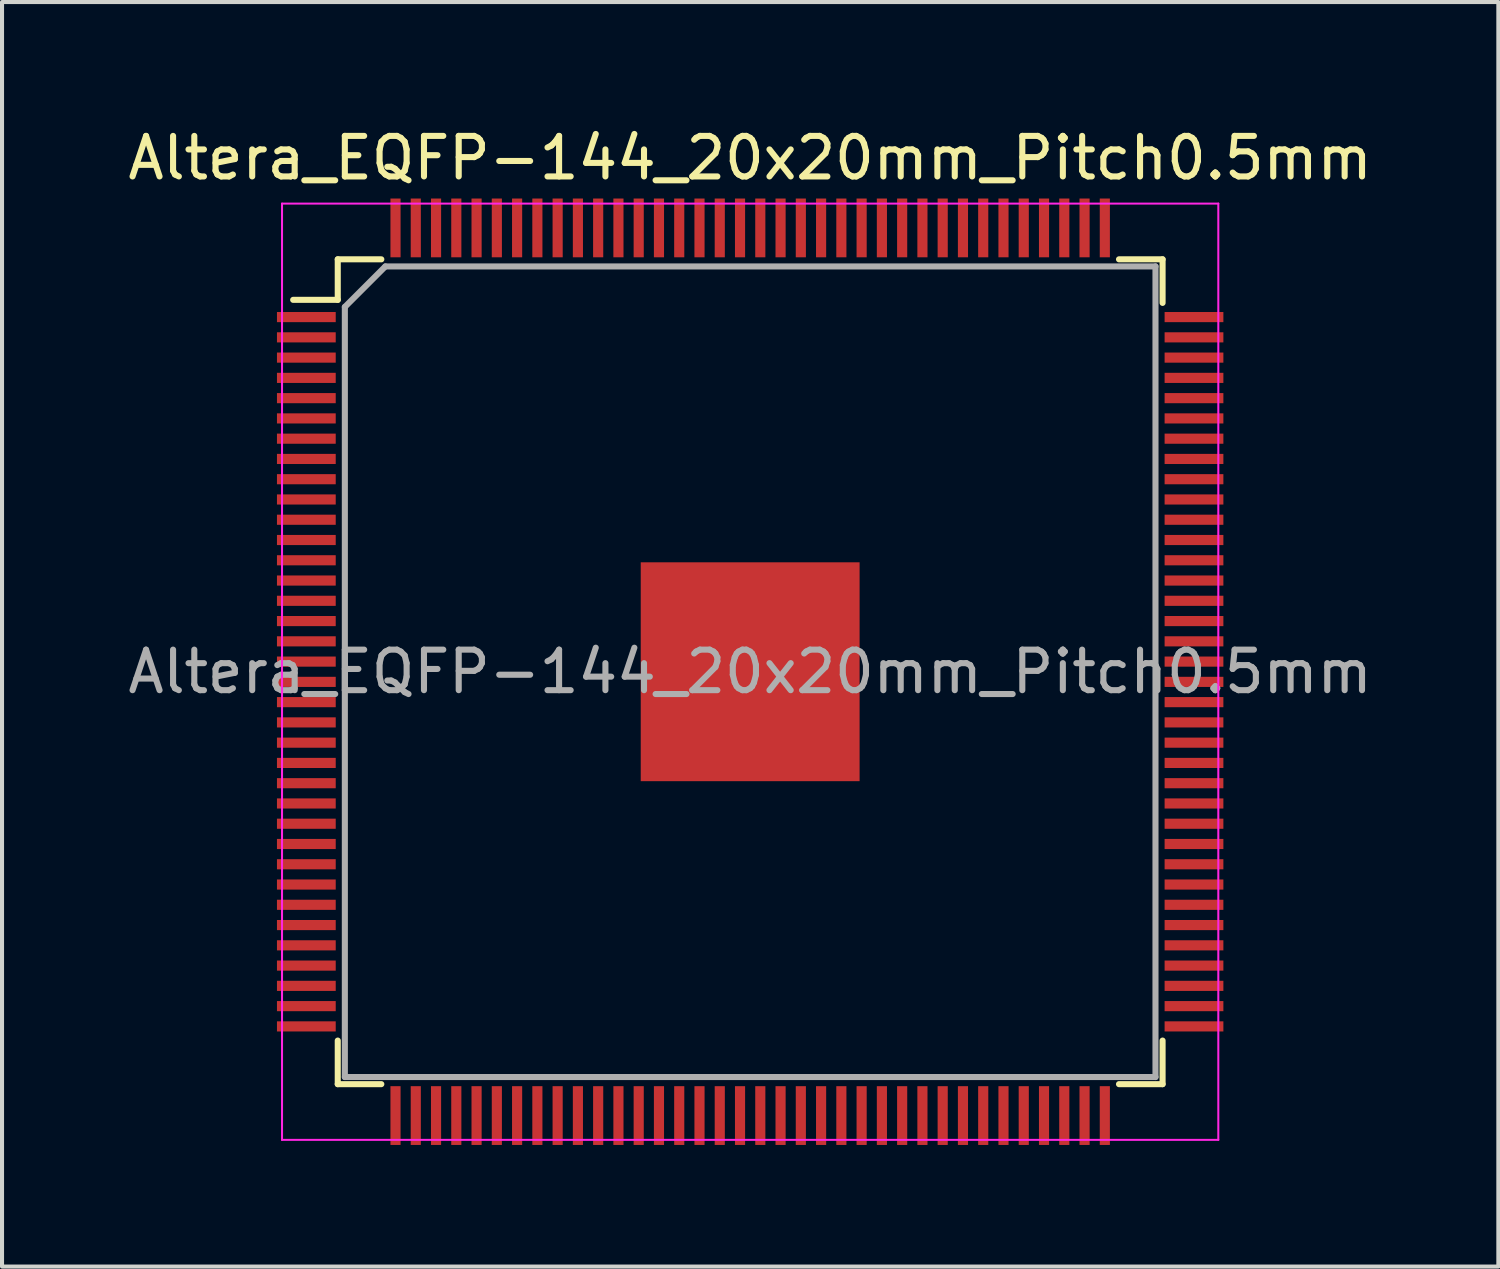
<source format=kicad_pcb>
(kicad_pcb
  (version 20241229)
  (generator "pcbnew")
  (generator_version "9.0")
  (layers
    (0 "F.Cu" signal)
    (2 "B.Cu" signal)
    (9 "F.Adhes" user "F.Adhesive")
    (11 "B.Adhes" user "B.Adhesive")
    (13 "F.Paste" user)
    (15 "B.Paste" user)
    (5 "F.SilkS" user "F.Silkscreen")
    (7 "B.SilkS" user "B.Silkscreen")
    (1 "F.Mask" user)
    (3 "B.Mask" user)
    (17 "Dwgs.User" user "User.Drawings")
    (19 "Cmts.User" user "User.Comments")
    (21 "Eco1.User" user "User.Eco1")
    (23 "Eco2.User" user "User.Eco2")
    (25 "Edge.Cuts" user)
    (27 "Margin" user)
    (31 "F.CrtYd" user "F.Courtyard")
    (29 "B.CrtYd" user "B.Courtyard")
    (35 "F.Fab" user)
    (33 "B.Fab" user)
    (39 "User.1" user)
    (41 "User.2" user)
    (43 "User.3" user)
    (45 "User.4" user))
  (footprint "Altera_EQFP-144_20x20mm_Pitch0.5mm"
    (layer "F.Cu")
    (at 15.458 13.523)
    (property "Reference" "Altera_EQFP-144_20x20mm_Pitch0.5mm" (at 0 -12.675 0) (layer "F.SilkS") (effects (font (size 1 1) (thickness 0.15))))
    (attr smd)
    (fp_line (start -10.175 -10.175) (end -10.175 -9.175) (stroke (width 0.15) (type solid)) (layer "F.SilkS"))
    (fp_line (start -10.175 -10.175) (end -9.1 -10.175) (stroke (width 0.15) (type solid)) (layer "F.SilkS"))
    (fp_line (start -10.175 -9.175) (end -11.275 -9.175) (stroke (width 0.15) (type solid)) (layer "F.SilkS"))
    (fp_line (start -10.175 10.175) (end -10.175 9.1) (stroke (width 0.15) (type solid)) (layer "F.SilkS"))
    (fp_line (start -10.175 10.175) (end -9.1 10.175) (stroke (width 0.15) (type solid)) (layer "F.SilkS"))
    (fp_line (start 10.175 -10.175) (end 9.1 -10.175) (stroke (width 0.15) (type solid)) (layer "F.SilkS"))
    (fp_line (start 10.175 -10.175) (end 10.175 -9.1) (stroke (width 0.15) (type solid)) (layer "F.SilkS"))
    (fp_line (start 10.175 10.175) (end 9.1 10.175) (stroke (width 0.15) (type solid)) (layer "F.SilkS"))
    (fp_line (start 10.175 10.175) (end 10.175 9.1) (stroke (width 0.15) (type solid)) (layer "F.SilkS"))
    (fp_line (start -11.55 -11.55) (end -11.55 11.55) (stroke (width 0.05) (type solid)) (layer "F.CrtYd"))
    (fp_line (start -11.55 -11.55) (end 11.55 -11.55) (stroke (width 0.05) (type solid)) (layer "F.CrtYd"))
    (fp_line (start -11.55 11.55) (end 11.55 11.55) (stroke (width 0.05) (type solid)) (layer "F.CrtYd"))
    (fp_line (start 11.55 -11.55) (end 11.55 11.55) (stroke (width 0.05) (type solid)) (layer "F.CrtYd"))
    (fp_line (start -10 -9) (end -9 -10) (stroke (width 0.15) (type solid)) (layer "F.Fab"))
    (fp_line (start -10 10) (end -10 -9) (stroke (width 0.15) (type solid)) (layer "F.Fab"))
    (fp_line (start -9 -10) (end 10 -10) (stroke (width 0.15) (type solid)) (layer "F.Fab"))
    (fp_line (start 10 -10) (end 10 10) (stroke (width 0.15) (type solid)) (layer "F.Fab"))
    (fp_line (start 10 10) (end -10 10) (stroke (width 0.15) (type solid)) (layer "F.Fab"))
    (fp_text user "${REFERENCE}" (at 0 0 0) (layer "F.Fab") (effects (font (size 1 1) (thickness 0.15))))
    (pad "1" smd rect (at -10.95 -8.75) (size 1.45 0.25) (layers "F.Cu" "F.Mask" "F.Paste"))
    (pad "2" smd rect (at -10.95 -8.25) (size 1.45 0.25) (layers "F.Cu" "F.Mask" "F.Paste"))
    (pad "3" smd rect (at -10.95 -7.75) (size 1.45 0.25) (layers "F.Cu" "F.Mask" "F.Paste"))
    (pad "4" smd rect (at -10.95 -7.25) (size 1.45 0.25) (layers "F.Cu" "F.Mask" "F.Paste"))
    (pad "5" smd rect (at -10.95 -6.75) (size 1.45 0.25) (layers "F.Cu" "F.Mask" "F.Paste"))
    (pad "6" smd rect (at -10.95 -6.25) (size 1.45 0.25) (layers "F.Cu" "F.Mask" "F.Paste"))
    (pad "7" smd rect (at -10.95 -5.75) (size 1.45 0.25) (layers "F.Cu" "F.Mask" "F.Paste"))
    (pad "8" smd rect (at -10.95 -5.25) (size 1.45 0.25) (layers "F.Cu" "F.Mask" "F.Paste"))
    (pad "9" smd rect (at -10.95 -4.75) (size 1.45 0.25) (layers "F.Cu" "F.Mask" "F.Paste"))
    (pad "10" smd rect (at -10.95 -4.25) (size 1.45 0.25) (layers "F.Cu" "F.Mask" "F.Paste"))
    (pad "11" smd rect (at -10.95 -3.75) (size 1.45 0.25) (layers "F.Cu" "F.Mask" "F.Paste"))
    (pad "12" smd rect (at -10.95 -3.25) (size 1.45 0.25) (layers "F.Cu" "F.Mask" "F.Paste"))
    (pad "13" smd rect (at -10.95 -2.75) (size 1.45 0.25) (layers "F.Cu" "F.Mask" "F.Paste"))
    (pad "14" smd rect (at -10.95 -2.25) (size 1.45 0.25) (layers "F.Cu" "F.Mask" "F.Paste"))
    (pad "15" smd rect (at -10.95 -1.75) (size 1.45 0.25) (layers "F.Cu" "F.Mask" "F.Paste"))
    (pad "16" smd rect (at -10.95 -1.25) (size 1.45 0.25) (layers "F.Cu" "F.Mask" "F.Paste"))
    (pad "17" smd rect (at -10.95 -0.75) (size 1.45 0.25) (layers "F.Cu" "F.Mask" "F.Paste"))
    (pad "18" smd rect (at -10.95 -0.25) (size 1.45 0.25) (layers "F.Cu" "F.Mask" "F.Paste"))
    (pad "19" smd rect (at -10.95 0.25) (size 1.45 0.25) (layers "F.Cu" "F.Mask" "F.Paste"))
    (pad "20" smd rect (at -10.95 0.75) (size 1.45 0.25) (layers "F.Cu" "F.Mask" "F.Paste"))
    (pad "21" smd rect (at -10.95 1.25) (size 1.45 0.25) (layers "F.Cu" "F.Mask" "F.Paste"))
    (pad "22" smd rect (at -10.95 1.75) (size 1.45 0.25) (layers "F.Cu" "F.Mask" "F.Paste"))
    (pad "23" smd rect (at -10.95 2.25) (size 1.45 0.25) (layers "F.Cu" "F.Mask" "F.Paste"))
    (pad "24" smd rect (at -10.95 2.75) (size 1.45 0.25) (layers "F.Cu" "F.Mask" "F.Paste"))
    (pad "25" smd rect (at -10.95 3.25) (size 1.45 0.25) (layers "F.Cu" "F.Mask" "F.Paste"))
    (pad "26" smd rect (at -10.95 3.75) (size 1.45 0.25) (layers "F.Cu" "F.Mask" "F.Paste"))
    (pad "27" smd rect (at -10.95 4.25) (size 1.45 0.25) (layers "F.Cu" "F.Mask" "F.Paste"))
    (pad "28" smd rect (at -10.95 4.75) (size 1.45 0.25) (layers "F.Cu" "F.Mask" "F.Paste"))
    (pad "29" smd rect (at -10.95 5.25) (size 1.45 0.25) (layers "F.Cu" "F.Mask" "F.Paste"))
    (pad "30" smd rect (at -10.95 5.75) (size 1.45 0.25) (layers "F.Cu" "F.Mask" "F.Paste"))
    (pad "31" smd rect (at -10.95 6.25) (size 1.45 0.25) (layers "F.Cu" "F.Mask" "F.Paste"))
    (pad "32" smd rect (at -10.95 6.75) (size 1.45 0.25) (layers "F.Cu" "F.Mask" "F.Paste"))
    (pad "33" smd rect (at -10.95 7.25) (size 1.45 0.25) (layers "F.Cu" "F.Mask" "F.Paste"))
    (pad "34" smd rect (at -10.95 7.75) (size 1.45 0.25) (layers "F.Cu" "F.Mask" "F.Paste"))
    (pad "35" smd rect (at -10.95 8.25) (size 1.45 0.25) (layers "F.Cu" "F.Mask" "F.Paste"))
    (pad "36" smd rect (at -10.95 8.75) (size 1.45 0.25) (layers "F.Cu" "F.Mask" "F.Paste"))
    (pad "37" smd rect (at -8.75 10.95 90) (size 1.45 0.25) (layers "F.Cu" "F.Mask" "F.Paste"))
    (pad "38" smd rect (at -8.25 10.95 90) (size 1.45 0.25) (layers "F.Cu" "F.Mask" "F.Paste"))
    (pad "39" smd rect (at -7.75 10.95 90) (size 1.45 0.25) (layers "F.Cu" "F.Mask" "F.Paste"))
    (pad "40" smd rect (at -7.25 10.95 90) (size 1.45 0.25) (layers "F.Cu" "F.Mask" "F.Paste"))
    (pad "41" smd rect (at -6.75 10.95 90) (size 1.45 0.25) (layers "F.Cu" "F.Mask" "F.Paste"))
    (pad "42" smd rect (at -6.25 10.95 90) (size 1.45 0.25) (layers "F.Cu" "F.Mask" "F.Paste"))
    (pad "43" smd rect (at -5.75 10.95 90) (size 1.45 0.25) (layers "F.Cu" "F.Mask" "F.Paste"))
    (pad "44" smd rect (at -5.25 10.95 90) (size 1.45 0.25) (layers "F.Cu" "F.Mask" "F.Paste"))
    (pad "45" smd rect (at -4.75 10.95 90) (size 1.45 0.25) (layers "F.Cu" "F.Mask" "F.Paste"))
    (pad "46" smd rect (at -4.25 10.95 90) (size 1.45 0.25) (layers "F.Cu" "F.Mask" "F.Paste"))
    (pad "47" smd rect (at -3.75 10.95 90) (size 1.45 0.25) (layers "F.Cu" "F.Mask" "F.Paste"))
    (pad "48" smd rect (at -3.25 10.95 90) (size 1.45 0.25) (layers "F.Cu" "F.Mask" "F.Paste"))
    (pad "49" smd rect (at -2.75 10.95 90) (size 1.45 0.25) (layers "F.Cu" "F.Mask" "F.Paste"))
    (pad "50" smd rect (at -2.25 10.95 90) (size 1.45 0.25) (layers "F.Cu" "F.Mask" "F.Paste"))
    (pad "51" smd rect (at -1.75 10.95 90) (size 1.45 0.25) (layers "F.Cu" "F.Mask" "F.Paste"))
    (pad "52" smd rect (at -1.25 10.95 90) (size 1.45 0.25) (layers "F.Cu" "F.Mask" "F.Paste"))
    (pad "53" smd rect (at -0.75 10.95 90) (size 1.45 0.25) (layers "F.Cu" "F.Mask" "F.Paste"))
    (pad "54" smd rect (at -0.25 10.95 90) (size 1.45 0.25) (layers "F.Cu" "F.Mask" "F.Paste"))
    (pad "55" smd rect (at 0.25 10.95 90) (size 1.45 0.25) (layers "F.Cu" "F.Mask" "F.Paste"))
    (pad "56" smd rect (at 0.75 10.95 90) (size 1.45 0.25) (layers "F.Cu" "F.Mask" "F.Paste"))
    (pad "57" smd rect (at 1.25 10.95 90) (size 1.45 0.25) (layers "F.Cu" "F.Mask" "F.Paste"))
    (pad "58" smd rect (at 1.75 10.95 90) (size 1.45 0.25) (layers "F.Cu" "F.Mask" "F.Paste"))
    (pad "59" smd rect (at 2.25 10.95 90) (size 1.45 0.25) (layers "F.Cu" "F.Mask" "F.Paste"))
    (pad "60" smd rect (at 2.75 10.95 90) (size 1.45 0.25) (layers "F.Cu" "F.Mask" "F.Paste"))
    (pad "61" smd rect (at 3.25 10.95 90) (size 1.45 0.25) (layers "F.Cu" "F.Mask" "F.Paste"))
    (pad "62" smd rect (at 3.75 10.95 90) (size 1.45 0.25) (layers "F.Cu" "F.Mask" "F.Paste"))
    (pad "63" smd rect (at 4.25 10.95 90) (size 1.45 0.25) (layers "F.Cu" "F.Mask" "F.Paste"))
    (pad "64" smd rect (at 4.75 10.95 90) (size 1.45 0.25) (layers "F.Cu" "F.Mask" "F.Paste"))
    (pad "65" smd rect (at 5.25 10.95 90) (size 1.45 0.25) (layers "F.Cu" "F.Mask" "F.Paste"))
    (pad "66" smd rect (at 5.75 10.95 90) (size 1.45 0.25) (layers "F.Cu" "F.Mask" "F.Paste"))
    (pad "67" smd rect (at 6.25 10.95 90) (size 1.45 0.25) (layers "F.Cu" "F.Mask" "F.Paste"))
    (pad "68" smd rect (at 6.75 10.95 90) (size 1.45 0.25) (layers "F.Cu" "F.Mask" "F.Paste"))
    (pad "69" smd rect (at 7.25 10.95 90) (size 1.45 0.25) (layers "F.Cu" "F.Mask" "F.Paste"))
    (pad "70" smd rect (at 7.75 10.95 90) (size 1.45 0.25) (layers "F.Cu" "F.Mask" "F.Paste"))
    (pad "71" smd rect (at 8.25 10.95 90) (size 1.45 0.25) (layers "F.Cu" "F.Mask" "F.Paste"))
    (pad "72" smd rect (at 8.75 10.95 90) (size 1.45 0.25) (layers "F.Cu" "F.Mask" "F.Paste"))
    (pad "73" smd rect (at 10.95 8.75) (size 1.45 0.25) (layers "F.Cu" "F.Mask" "F.Paste"))
    (pad "74" smd rect (at 10.95 8.25) (size 1.45 0.25) (layers "F.Cu" "F.Mask" "F.Paste"))
    (pad "75" smd rect (at 10.95 7.75) (size 1.45 0.25) (layers "F.Cu" "F.Mask" "F.Paste"))
    (pad "76" smd rect (at 10.95 7.25) (size 1.45 0.25) (layers "F.Cu" "F.Mask" "F.Paste"))
    (pad "77" smd rect (at 10.95 6.75) (size 1.45 0.25) (layers "F.Cu" "F.Mask" "F.Paste"))
    (pad "78" smd rect (at 10.95 6.25) (size 1.45 0.25) (layers "F.Cu" "F.Mask" "F.Paste"))
    (pad "79" smd rect (at 10.95 5.75) (size 1.45 0.25) (layers "F.Cu" "F.Mask" "F.Paste"))
    (pad "80" smd rect (at 10.95 5.25) (size 1.45 0.25) (layers "F.Cu" "F.Mask" "F.Paste"))
    (pad "81" smd rect (at 10.95 4.75) (size 1.45 0.25) (layers "F.Cu" "F.Mask" "F.Paste"))
    (pad "82" smd rect (at 10.95 4.25) (size 1.45 0.25) (layers "F.Cu" "F.Mask" "F.Paste"))
    (pad "83" smd rect (at 10.95 3.75) (size 1.45 0.25) (layers "F.Cu" "F.Mask" "F.Paste"))
    (pad "84" smd rect (at 10.95 3.25) (size 1.45 0.25) (layers "F.Cu" "F.Mask" "F.Paste"))
    (pad "85" smd rect (at 10.95 2.75) (size 1.45 0.25) (layers "F.Cu" "F.Mask" "F.Paste"))
    (pad "86" smd rect (at 10.95 2.25) (size 1.45 0.25) (layers "F.Cu" "F.Mask" "F.Paste"))
    (pad "87" smd rect (at 10.95 1.75) (size 1.45 0.25) (layers "F.Cu" "F.Mask" "F.Paste"))
    (pad "88" smd rect (at 10.95 1.25) (size 1.45 0.25) (layers "F.Cu" "F.Mask" "F.Paste"))
    (pad "89" smd rect (at 10.95 0.75) (size 1.45 0.25) (layers "F.Cu" "F.Mask" "F.Paste"))
    (pad "90" smd rect (at 10.95 0.25) (size 1.45 0.25) (layers "F.Cu" "F.Mask" "F.Paste"))
    (pad "91" smd rect (at 10.95 -0.25) (size 1.45 0.25) (layers "F.Cu" "F.Mask" "F.Paste"))
    (pad "92" smd rect (at 10.95 -0.75) (size 1.45 0.25) (layers "F.Cu" "F.Mask" "F.Paste"))
    (pad "93" smd rect (at 10.95 -1.25) (size 1.45 0.25) (layers "F.Cu" "F.Mask" "F.Paste"))
    (pad "94" smd rect (at 10.95 -1.75) (size 1.45 0.25) (layers "F.Cu" "F.Mask" "F.Paste"))
    (pad "95" smd rect (at 10.95 -2.25) (size 1.45 0.25) (layers "F.Cu" "F.Mask" "F.Paste"))
    (pad "96" smd rect (at 10.95 -2.75) (size 1.45 0.25) (layers "F.Cu" "F.Mask" "F.Paste"))
    (pad "97" smd rect (at 10.95 -3.25) (size 1.45 0.25) (layers "F.Cu" "F.Mask" "F.Paste"))
    (pad "98" smd rect (at 10.95 -3.75) (size 1.45 0.25) (layers "F.Cu" "F.Mask" "F.Paste"))
    (pad "99" smd rect (at 10.95 -4.25) (size 1.45 0.25) (layers "F.Cu" "F.Mask" "F.Paste"))
    (pad "100" smd rect (at 10.95 -4.75) (size 1.45 0.25) (layers "F.Cu" "F.Mask" "F.Paste"))
    (pad "101" smd rect (at 10.95 -5.25) (size 1.45 0.25) (layers "F.Cu" "F.Mask" "F.Paste"))
    (pad "102" smd rect (at 10.95 -5.75) (size 1.45 0.25) (layers "F.Cu" "F.Mask" "F.Paste"))
    (pad "103" smd rect (at 10.95 -6.25) (size 1.45 0.25) (layers "F.Cu" "F.Mask" "F.Paste"))
    (pad "104" smd rect (at 10.95 -6.75) (size 1.45 0.25) (layers "F.Cu" "F.Mask" "F.Paste"))
    (pad "105" smd rect (at 10.95 -7.25) (size 1.45 0.25) (layers "F.Cu" "F.Mask" "F.Paste"))
    (pad "106" smd rect (at 10.95 -7.75) (size 1.45 0.25) (layers "F.Cu" "F.Mask" "F.Paste"))
    (pad "107" smd rect (at 10.95 -8.25) (size 1.45 0.25) (layers "F.Cu" "F.Mask" "F.Paste"))
    (pad "108" smd rect (at 10.95 -8.75) (size 1.45 0.25) (layers "F.Cu" "F.Mask" "F.Paste"))
    (pad "109" smd rect (at 8.75 -10.95 90) (size 1.45 0.25) (layers "F.Cu" "F.Mask" "F.Paste"))
    (pad "110" smd rect (at 8.25 -10.95 90) (size 1.45 0.25) (layers "F.Cu" "F.Mask" "F.Paste"))
    (pad "111" smd rect (at 7.75 -10.95 90) (size 1.45 0.25) (layers "F.Cu" "F.Mask" "F.Paste"))
    (pad "112" smd rect (at 7.25 -10.95 90) (size 1.45 0.25) (layers "F.Cu" "F.Mask" "F.Paste"))
    (pad "113" smd rect (at 6.75 -10.95 90) (size 1.45 0.25) (layers "F.Cu" "F.Mask" "F.Paste"))
    (pad "114" smd rect (at 6.25 -10.95 90) (size 1.45 0.25) (layers "F.Cu" "F.Mask" "F.Paste"))
    (pad "115" smd rect (at 5.75 -10.95 90) (size 1.45 0.25) (layers "F.Cu" "F.Mask" "F.Paste"))
    (pad "116" smd rect (at 5.25 -10.95 90) (size 1.45 0.25) (layers "F.Cu" "F.Mask" "F.Paste"))
    (pad "117" smd rect (at 4.75 -10.95 90) (size 1.45 0.25) (layers "F.Cu" "F.Mask" "F.Paste"))
    (pad "118" smd rect (at 4.25 -10.95 90) (size 1.45 0.25) (layers "F.Cu" "F.Mask" "F.Paste"))
    (pad "119" smd rect (at 3.75 -10.95 90) (size 1.45 0.25) (layers "F.Cu" "F.Mask" "F.Paste"))
    (pad "120" smd rect (at 3.25 -10.95 90) (size 1.45 0.25) (layers "F.Cu" "F.Mask" "F.Paste"))
    (pad "121" smd rect (at 2.75 -10.95 90) (size 1.45 0.25) (layers "F.Cu" "F.Mask" "F.Paste"))
    (pad "122" smd rect (at 2.25 -10.95 90) (size 1.45 0.25) (layers "F.Cu" "F.Mask" "F.Paste"))
    (pad "123" smd rect (at 1.75 -10.95 90) (size 1.45 0.25) (layers "F.Cu" "F.Mask" "F.Paste"))
    (pad "124" smd rect (at 1.25 -10.95 90) (size 1.45 0.25) (layers "F.Cu" "F.Mask" "F.Paste"))
    (pad "125" smd rect (at 0.75 -10.95 90) (size 1.45 0.25) (layers "F.Cu" "F.Mask" "F.Paste"))
    (pad "126" smd rect (at 0.25 -10.95 90) (size 1.45 0.25) (layers "F.Cu" "F.Mask" "F.Paste"))
    (pad "127" smd rect (at -0.25 -10.95 90) (size 1.45 0.25) (layers "F.Cu" "F.Mask" "F.Paste"))
    (pad "128" smd rect (at -0.75 -10.95 90) (size 1.45 0.25) (layers "F.Cu" "F.Mask" "F.Paste"))
    (pad "129" smd rect (at -1.25 -10.95 90) (size 1.45 0.25) (layers "F.Cu" "F.Mask" "F.Paste"))
    (pad "130" smd rect (at -1.75 -10.95 90) (size 1.45 0.25) (layers "F.Cu" "F.Mask" "F.Paste"))
    (pad "131" smd rect (at -2.25 -10.95 90) (size 1.45 0.25) (layers "F.Cu" "F.Mask" "F.Paste"))
    (pad "132" smd rect (at -2.75 -10.95 90) (size 1.45 0.25) (layers "F.Cu" "F.Mask" "F.Paste"))
    (pad "133" smd rect (at -3.25 -10.95 90) (size 1.45 0.25) (layers "F.Cu" "F.Mask" "F.Paste"))
    (pad "134" smd rect (at -3.75 -10.95 90) (size 1.45 0.25) (layers "F.Cu" "F.Mask" "F.Paste"))
    (pad "135" smd rect (at -4.25 -10.95 90) (size 1.45 0.25) (layers "F.Cu" "F.Mask" "F.Paste"))
    (pad "136" smd rect (at -4.75 -10.95 90) (size 1.45 0.25) (layers "F.Cu" "F.Mask" "F.Paste"))
    (pad "137" smd rect (at -5.25 -10.95 90) (size 1.45 0.25) (layers "F.Cu" "F.Mask" "F.Paste"))
    (pad "138" smd rect (at -5.75 -10.95 90) (size 1.45 0.25) (layers "F.Cu" "F.Mask" "F.Paste"))
    (pad "139" smd rect (at -6.25 -10.95 90) (size 1.45 0.25) (layers "F.Cu" "F.Mask" "F.Paste"))
    (pad "140" smd rect (at -6.75 -10.95 90) (size 1.45 0.25) (layers "F.Cu" "F.Mask" "F.Paste"))
    (pad "141" smd rect (at -7.25 -10.95 90) (size 1.45 0.25) (layers "F.Cu" "F.Mask" "F.Paste"))
    (pad "142" smd rect (at -7.75 -10.95 90) (size 1.45 0.25) (layers "F.Cu" "F.Mask" "F.Paste"))
    (pad "143" smd rect (at -8.25 -10.95 90) (size 1.45 0.25) (layers "F.Cu" "F.Mask" "F.Paste"))
    (pad "144" smd rect (at -8.75 -10.95 90) (size 1.45 0.25) (layers "F.Cu" "F.Mask" "F.Paste"))
    (pad "145" smd rect (at 0 0) (size 5.4 5.4) (layers "F.Cu" "F.Mask" "F.Paste")))
  (gr_rect
    (start -3 -3)
    (end 33.917 28.198)
    (stroke (width 0.1) (type default))
    (fill no)
    (layer "Edge.Cuts")))
</source>
